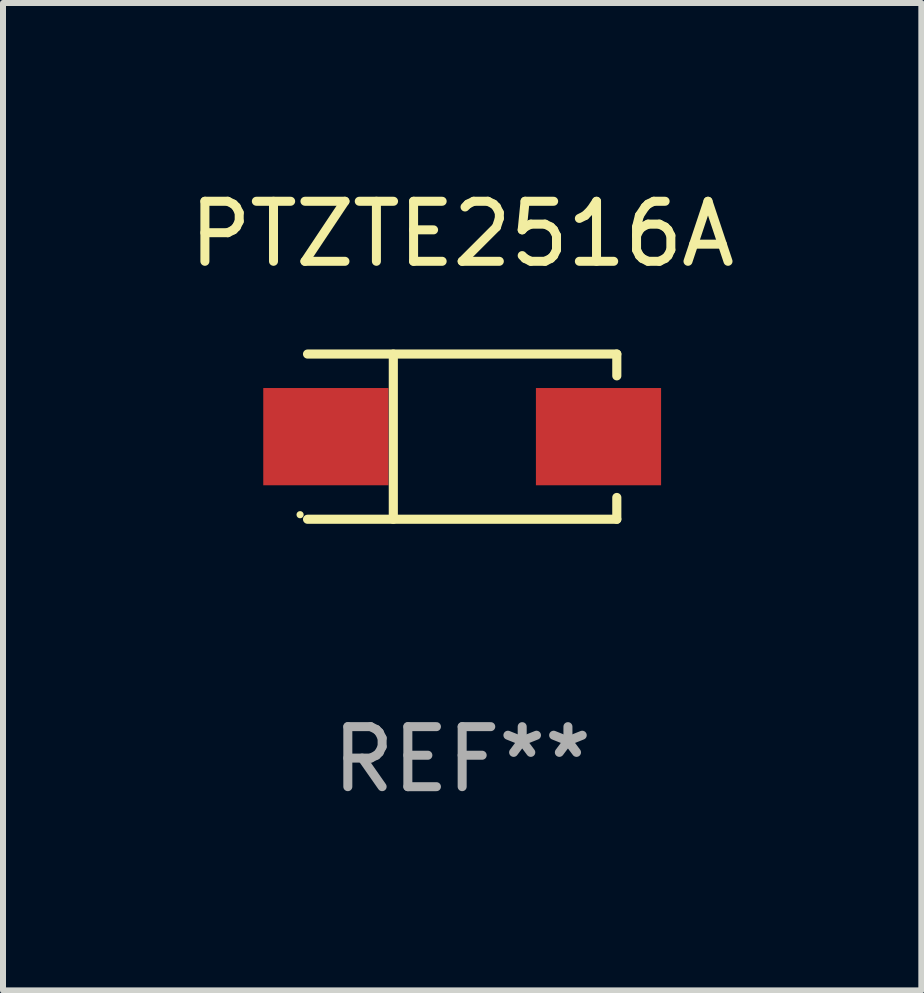
<source format=kicad_pcb>
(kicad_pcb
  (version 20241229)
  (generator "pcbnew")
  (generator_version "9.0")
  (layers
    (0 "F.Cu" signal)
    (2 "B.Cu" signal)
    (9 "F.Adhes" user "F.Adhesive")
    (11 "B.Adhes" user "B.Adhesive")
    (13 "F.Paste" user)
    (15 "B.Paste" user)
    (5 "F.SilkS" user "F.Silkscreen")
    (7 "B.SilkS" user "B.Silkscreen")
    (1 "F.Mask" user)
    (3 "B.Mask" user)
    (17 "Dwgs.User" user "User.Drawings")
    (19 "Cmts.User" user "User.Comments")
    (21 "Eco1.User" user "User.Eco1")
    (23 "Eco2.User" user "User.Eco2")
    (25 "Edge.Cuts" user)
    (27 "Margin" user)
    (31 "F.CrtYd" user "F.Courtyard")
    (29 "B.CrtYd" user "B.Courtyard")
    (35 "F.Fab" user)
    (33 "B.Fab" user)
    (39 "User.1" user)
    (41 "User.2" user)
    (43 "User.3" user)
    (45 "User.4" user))
  (footprint "PTZTE2516A"
    (layer "F.Cu")
    (at 4.649 4.224)
    (property "Reference" "PTZTE2516A" (at 0 -3.376 0) (layer "F.SilkS") (effects (font (size 1 1) (thickness 0.15))))
    (attr through_hole)
    (fp_line (start -2.576 -1.376) (end 2.576 -1.376) (stroke (width 0.152) (type solid)) (layer "F.SilkS"))
    (fp_line (start -2.576 1.376) (end 2.576 1.376) (stroke (width 0.152) (type solid)) (layer "F.SilkS"))
    (fp_line (start -1.147 -1.376) (end -1.147 1.376) (stroke (width 0.152) (type solid)) (layer "F.SilkS"))
    (fp_line (start 2.576 -1.376) (end 2.576 -1.013) (stroke (width 0.152) (type solid)) (layer "F.SilkS"))
    (fp_line (start 2.576 1.376) (end 2.576 1.013) (stroke (width 0.152) (type solid)) (layer "F.SilkS"))
    (fp_circle (center -2.7 1.3) (end -2.67 1.3) (stroke (width 0.06) (type solid)) (fill no) (layer "F.SilkS"))
    (fp_text user "REF**" (at 0 5.376 0) (layer "F.Fab") (effects (font (size 1 1) (thickness 0.15))))
    (pad "1" smd rect (at -2.271 0) (size 2.085 1.62) (layers "F.Cu" "F.Mask" "F.Paste"))
    (pad "2" smd rect (at 2.271 0) (size 2.085 1.62) (layers "F.Cu" "F.Mask" "F.Paste")))
  (gr_rect
    (start -3 -3)
    (end 12.298 13.449)
    (stroke (width 0.1) (type default))
    (fill no)
    (layer "Edge.Cuts")))
</source>
